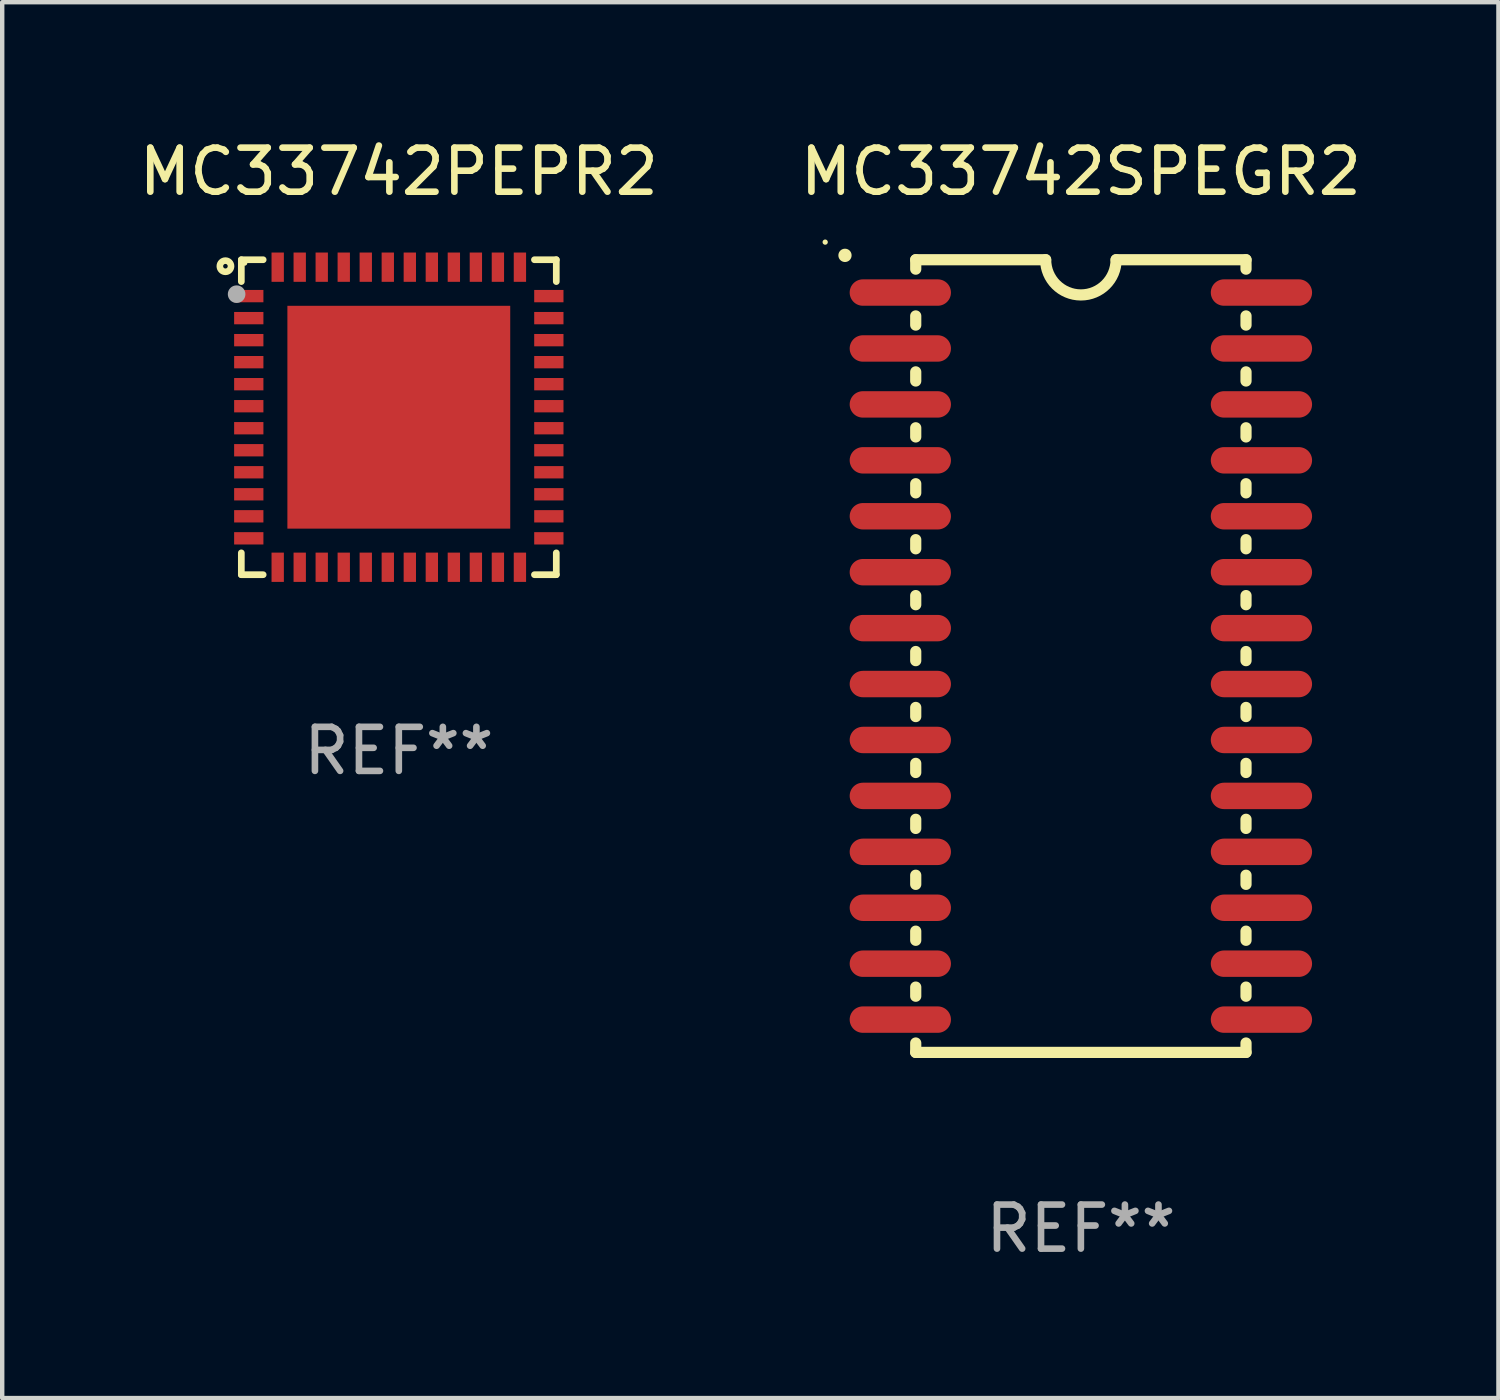
<source format=kicad_pcb>
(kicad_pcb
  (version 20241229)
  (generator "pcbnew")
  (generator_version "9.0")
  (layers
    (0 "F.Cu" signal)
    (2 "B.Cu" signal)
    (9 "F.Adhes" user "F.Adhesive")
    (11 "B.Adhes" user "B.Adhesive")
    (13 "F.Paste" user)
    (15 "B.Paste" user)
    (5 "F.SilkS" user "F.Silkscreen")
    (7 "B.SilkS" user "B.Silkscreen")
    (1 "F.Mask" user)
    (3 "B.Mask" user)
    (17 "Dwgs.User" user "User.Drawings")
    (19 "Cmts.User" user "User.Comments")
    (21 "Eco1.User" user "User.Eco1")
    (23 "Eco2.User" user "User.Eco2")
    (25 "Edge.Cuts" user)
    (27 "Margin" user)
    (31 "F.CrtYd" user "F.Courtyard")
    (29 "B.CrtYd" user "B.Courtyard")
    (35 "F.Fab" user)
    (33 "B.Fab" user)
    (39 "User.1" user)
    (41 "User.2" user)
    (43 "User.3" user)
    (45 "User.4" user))
  (footprint "MC33742PEPR2"
    (layer "F.Cu")
    (at 6.006 6.424)
    (property "Reference" "MC33742PEPR2" (at 0 -5.576 0) (layer "F.SilkS") (effects (font (size 1 1) (thickness 0.15))))
    (attr through_hole)
    (fp_line (start -3.576 -3.576) (end -3.576 -3.08) (stroke (width 0.152) (type solid)) (layer "F.SilkS"))
    (fp_line (start -3.576 3.576) (end -3.576 3.08) (stroke (width 0.152) (type solid)) (layer "F.SilkS"))
    (fp_line (start -3.08 -3.576) (end -3.576 -3.576) (stroke (width 0.152) (type solid)) (layer "F.SilkS"))
    (fp_line (start -3.08 3.576) (end -3.576 3.576) (stroke (width 0.152) (type solid)) (layer "F.SilkS"))
    (fp_line (start 3.08 -3.576) (end 3.576 -3.576) (stroke (width 0.152) (type solid)) (layer "F.SilkS"))
    (fp_line (start 3.08 3.576) (end 3.576 3.576) (stroke (width 0.152) (type solid)) (layer "F.SilkS"))
    (fp_line (start 3.576 -3.576) (end 3.576 -3.08) (stroke (width 0.152) (type solid)) (layer "F.SilkS"))
    (fp_line (start 3.576 3.576) (end 3.576 3.08) (stroke (width 0.152) (type solid)) (layer "F.SilkS"))
    (fp_circle (center -3.937 -3.429) (end -3.81 -3.429) (stroke (width 0.15) (type solid)) (fill no) (layer "F.SilkS"))
    (fp_circle (center -3.5 -3.5) (end -3.47 -3.5) (stroke (width 0.06) (type solid)) (fill no) (layer "F.SilkS"))
    (fp_circle (center -3.683 -2.794) (end -3.583 -2.794) (stroke (width 0.2) (type solid)) (fill no) (layer "F.Fab"))
    (fp_text user "REF**" (at 0 7.576 0) (layer "F.Fab") (effects (font (size 1 1) (thickness 0.15))))
    (pad "1" smd rect (at -3.407 -2.75) (size 0.665 0.28) (layers "F.Cu" "F.Mask" "F.Paste"))
    (pad "2" smd rect (at -3.407 -2.25) (size 0.665 0.28) (layers "F.Cu" "F.Mask" "F.Paste"))
    (pad "3" smd rect (at -3.407 -1.75) (size 0.665 0.28) (layers "F.Cu" "F.Mask" "F.Paste"))
    (pad "4" smd rect (at -3.407 -1.25) (size 0.665 0.28) (layers "F.Cu" "F.Mask" "F.Paste"))
    (pad "5" smd rect (at -3.407 -0.75) (size 0.665 0.28) (layers "F.Cu" "F.Mask" "F.Paste"))
    (pad "6" smd rect (at -3.407 -0.25) (size 0.665 0.28) (layers "F.Cu" "F.Mask" "F.Paste"))
    (pad "7" smd rect (at -3.407 0.25) (size 0.665 0.28) (layers "F.Cu" "F.Mask" "F.Paste"))
    (pad "8" smd rect (at -3.407 0.75) (size 0.665 0.28) (layers "F.Cu" "F.Mask" "F.Paste"))
    (pad "9" smd rect (at -3.407 1.25) (size 0.665 0.28) (layers "F.Cu" "F.Mask" "F.Paste"))
    (pad "10" smd rect (at -3.407 1.75) (size 0.665 0.28) (layers "F.Cu" "F.Mask" "F.Paste"))
    (pad "11" smd rect (at -3.407 2.25) (size 0.665 0.28) (layers "F.Cu" "F.Mask" "F.Paste"))
    (pad "12" smd rect (at -3.407 2.75) (size 0.665 0.28) (layers "F.Cu" "F.Mask" "F.Paste"))
    (pad "13" smd rect (at -2.75 3.407) (size 0.28 0.665) (layers "F.Cu" "F.Mask" "F.Paste"))
    (pad "14" smd rect (at -2.25 3.407) (size 0.28 0.665) (layers "F.Cu" "F.Mask" "F.Paste"))
    (pad "15" smd rect (at -1.75 3.407) (size 0.28 0.665) (layers "F.Cu" "F.Mask" "F.Paste"))
    (pad "16" smd rect (at -1.25 3.407) (size 0.28 0.665) (layers "F.Cu" "F.Mask" "F.Paste"))
    (pad "17" smd rect (at -0.75 3.407) (size 0.28 0.665) (layers "F.Cu" "F.Mask" "F.Paste"))
    (pad "18" smd rect (at -0.25 3.407) (size 0.28 0.665) (layers "F.Cu" "F.Mask" "F.Paste"))
    (pad "19" smd rect (at 0.25 3.407) (size 0.28 0.665) (layers "F.Cu" "F.Mask" "F.Paste"))
    (pad "20" smd rect (at 0.75 3.407) (size 0.28 0.665) (layers "F.Cu" "F.Mask" "F.Paste"))
    (pad "21" smd rect (at 1.25 3.407) (size 0.28 0.665) (layers "F.Cu" "F.Mask" "F.Paste"))
    (pad "22" smd rect (at 1.75 3.407) (size 0.28 0.665) (layers "F.Cu" "F.Mask" "F.Paste"))
    (pad "23" smd rect (at 2.25 3.407) (size 0.28 0.665) (layers "F.Cu" "F.Mask" "F.Paste"))
    (pad "24" smd rect (at 2.75 3.407) (size 0.28 0.665) (layers "F.Cu" "F.Mask" "F.Paste"))
    (pad "25" smd rect (at 3.407 2.75) (size 0.665 0.28) (layers "F.Cu" "F.Mask" "F.Paste"))
    (pad "26" smd rect (at 3.407 2.25) (size 0.665 0.28) (layers "F.Cu" "F.Mask" "F.Paste"))
    (pad "27" smd rect (at 3.407 1.75) (size 0.665 0.28) (layers "F.Cu" "F.Mask" "F.Paste"))
    (pad "28" smd rect (at 3.407 1.25) (size 0.665 0.28) (layers "F.Cu" "F.Mask" "F.Paste"))
    (pad "29" smd rect (at 3.407 0.75) (size 0.665 0.28) (layers "F.Cu" "F.Mask" "F.Paste"))
    (pad "30" smd rect (at 3.407 0.25) (size 0.665 0.28) (layers "F.Cu" "F.Mask" "F.Paste"))
    (pad "31" smd rect (at 3.407 -0.25) (size 0.665 0.28) (layers "F.Cu" "F.Mask" "F.Paste"))
    (pad "32" smd rect (at 3.407 -0.75) (size 0.665 0.28) (layers "F.Cu" "F.Mask" "F.Paste"))
    (pad "33" smd rect (at 3.407 -1.25) (size 0.665 0.28) (layers "F.Cu" "F.Mask" "F.Paste"))
    (pad "34" smd rect (at 3.407 -1.75) (size 0.665 0.28) (layers "F.Cu" "F.Mask" "F.Paste"))
    (pad "35" smd rect (at 3.407 -2.25) (size 0.665 0.28) (layers "F.Cu" "F.Mask" "F.Paste"))
    (pad "36" smd rect (at 3.407 -2.75) (size 0.665 0.28) (layers "F.Cu" "F.Mask" "F.Paste"))
    (pad "37" smd rect (at 2.75 -3.407) (size 0.28 0.665) (layers "F.Cu" "F.Mask" "F.Paste"))
    (pad "38" smd rect (at 2.25 -3.407) (size 0.28 0.665) (layers "F.Cu" "F.Mask" "F.Paste"))
    (pad "39" smd rect (at 1.75 -3.407) (size 0.28 0.665) (layers "F.Cu" "F.Mask" "F.Paste"))
    (pad "40" smd rect (at 1.25 -3.407) (size 0.28 0.665) (layers "F.Cu" "F.Mask" "F.Paste"))
    (pad "41" smd rect (at 0.75 -3.407) (size 0.28 0.665) (layers "F.Cu" "F.Mask" "F.Paste"))
    (pad "42" smd rect (at 0.25 -3.407) (size 0.28 0.665) (layers "F.Cu" "F.Mask" "F.Paste"))
    (pad "43" smd rect (at -0.25 -3.407) (size 0.28 0.665) (layers "F.Cu" "F.Mask" "F.Paste"))
    (pad "44" smd rect (at -0.75 -3.407) (size 0.28 0.665) (layers "F.Cu" "F.Mask" "F.Paste"))
    (pad "45" smd rect (at -1.25 -3.407) (size 0.28 0.665) (layers "F.Cu" "F.Mask" "F.Paste"))
    (pad "46" smd rect (at -1.75 -3.407) (size 0.28 0.665) (layers "F.Cu" "F.Mask" "F.Paste"))
    (pad "47" smd rect (at -2.25 -3.407) (size 0.28 0.665) (layers "F.Cu" "F.Mask" "F.Paste"))
    (pad "48" smd rect (at -2.75 -3.407) (size 0.28 0.665) (layers "F.Cu" "F.Mask" "F.Paste"))
    (pad "49" smd rect (at 0 0) (size 5.06 5.06) (layers "F.Cu" "F.Mask" "F.Paste")))
  (footprint "MC33742SPEGR2"
    (layer "F.Cu")
    (at 21.494 11.848)
    (property "Reference" "MC33742SPEGR2" (at 0 -11 0) (layer "F.SilkS") (effects (font (size 1 1) (thickness 0.15))))
    (attr through_hole)
    (fp_line (start -3.75 -9) (end -3.75 -8.786) (stroke (width 0.254) (type solid)) (layer "F.SilkS"))
    (fp_line (start -3.75 -9) (end -0.8 -9) (stroke (width 0.254) (type solid)) (layer "F.SilkS"))
    (fp_line (start -3.75 -7.724) (end -3.75 -7.516) (stroke (width 0.254) (type solid)) (layer "F.SilkS"))
    (fp_line (start -3.75 -6.454) (end -3.75 -6.246) (stroke (width 0.254) (type solid)) (layer "F.SilkS"))
    (fp_line (start -3.75 -5.184) (end -3.75 -4.976) (stroke (width 0.254) (type solid)) (layer "F.SilkS"))
    (fp_line (start -3.75 -3.914) (end -3.75 -3.706) (stroke (width 0.254) (type solid)) (layer "F.SilkS"))
    (fp_line (start -3.75 -2.644) (end -3.75 -2.436) (stroke (width 0.254) (type solid)) (layer "F.SilkS"))
    (fp_line (start -3.75 -1.374) (end -3.75 -1.166) (stroke (width 0.254) (type solid)) (layer "F.SilkS"))
    (fp_line (start -3.75 -0.104) (end -3.75 0.104) (stroke (width 0.254) (type solid)) (layer "F.SilkS"))
    (fp_line (start -3.75 1.166) (end -3.75 1.374) (stroke (width 0.254) (type solid)) (layer "F.SilkS"))
    (fp_line (start -3.75 2.436) (end -3.75 2.644) (stroke (width 0.254) (type solid)) (layer "F.SilkS"))
    (fp_line (start -3.75 3.706) (end -3.75 3.914) (stroke (width 0.254) (type solid)) (layer "F.SilkS"))
    (fp_line (start -3.75 4.976) (end -3.75 5.184) (stroke (width 0.254) (type solid)) (layer "F.SilkS"))
    (fp_line (start -3.75 6.246) (end -3.75 6.454) (stroke (width 0.254) (type solid)) (layer "F.SilkS"))
    (fp_line (start -3.75 7.516) (end -3.75 7.724) (stroke (width 0.254) (type solid)) (layer "F.SilkS"))
    (fp_line (start -3.75 8.786) (end -3.75 9) (stroke (width 0.254) (type solid)) (layer "F.SilkS"))
    (fp_line (start 3.75 -9) (end 0.8 -9) (stroke (width 0.254) (type solid)) (layer "F.SilkS"))
    (fp_line (start 3.75 -9) (end 3.75 -8.786) (stroke (width 0.254) (type solid)) (layer "F.SilkS"))
    (fp_line (start 3.75 -7.724) (end 3.75 -7.516) (stroke (width 0.254) (type solid)) (layer "F.SilkS"))
    (fp_line (start 3.75 -6.454) (end 3.75 -6.246) (stroke (width 0.254) (type solid)) (layer "F.SilkS"))
    (fp_line (start 3.75 -5.184) (end 3.75 -4.976) (stroke (width 0.254) (type solid)) (layer "F.SilkS"))
    (fp_line (start 3.75 -3.914) (end 3.75 -3.706) (stroke (width 0.254) (type solid)) (layer "F.SilkS"))
    (fp_line (start 3.75 -2.644) (end 3.75 -2.436) (stroke (width 0.254) (type solid)) (layer "F.SilkS"))
    (fp_line (start 3.75 -1.374) (end 3.75 -1.166) (stroke (width 0.254) (type solid)) (layer "F.SilkS"))
    (fp_line (start 3.75 -0.104) (end 3.75 0.104) (stroke (width 0.254) (type solid)) (layer "F.SilkS"))
    (fp_line (start 3.75 1.166) (end 3.75 1.374) (stroke (width 0.254) (type solid)) (layer "F.SilkS"))
    (fp_line (start 3.75 2.436) (end 3.75 2.644) (stroke (width 0.254) (type solid)) (layer "F.SilkS"))
    (fp_line (start 3.75 3.706) (end 3.75 3.914) (stroke (width 0.254) (type solid)) (layer "F.SilkS"))
    (fp_line (start 3.75 4.976) (end 3.75 5.184) (stroke (width 0.254) (type solid)) (layer "F.SilkS"))
    (fp_line (start 3.75 6.246) (end 3.75 6.454) (stroke (width 0.254) (type solid)) (layer "F.SilkS"))
    (fp_line (start 3.75 7.516) (end 3.75 7.724) (stroke (width 0.254) (type solid)) (layer "F.SilkS"))
    (fp_line (start 3.75 8.786) (end 3.75 9) (stroke (width 0.254) (type solid)) (layer "F.SilkS"))
    (fp_line (start 3.75 9) (end -3.75 9) (stroke (width 0.254) (type solid)) (layer "F.SilkS"))
    (fp_arc (start -5.356414 -9.098298) (mid -5.356419 -9.099568) (end -5.356414 -9.100838) (stroke (width 0.3) (type solid)) (layer "F.SilkS"))
    (fp_arc (start 0.800076 -9.000025) (mid -0.000102 -8.201067) (end -0.799466 -9.000838) (stroke (width 0.254001) (type solid)) (layer "F.SilkS"))
    (fp_circle (center -5.806 -9.4) (end -5.776 -9.4) (stroke (width 0.06) (type solid)) (fill no) (layer "F.SilkS"))
    (fp_text user "REF**" (at 0 13 0) (layer "F.Fab") (effects (font (size 1 1) (thickness 0.15))))
    (pad "1" smd oval (at -4.1 -8.255 90) (size 0.6 2.3) (layers "F.Cu" "F.Mask" "F.Paste"))
    (pad "2" smd oval (at -4.1 -6.985 90) (size 0.6 2.3) (layers "F.Cu" "F.Mask" "F.Paste"))
    (pad "3" smd oval (at -4.1 -5.715 90) (size 0.6 2.3) (layers "F.Cu" "F.Mask" "F.Paste"))
    (pad "4" smd oval (at -4.1 -4.445 90) (size 0.6 2.3) (layers "F.Cu" "F.Mask" "F.Paste"))
    (pad "5" smd oval (at -4.1 -3.175 90) (size 0.6 2.3) (layers "F.Cu" "F.Mask" "F.Paste"))
    (pad "6" smd oval (at -4.1 -1.905 90) (size 0.6 2.3) (layers "F.Cu" "F.Mask" "F.Paste"))
    (pad "7" smd oval (at -4.1 -0.635 90) (size 0.6 2.3) (layers "F.Cu" "F.Mask" "F.Paste"))
    (pad "8" smd oval (at -4.1 0.635 90) (size 0.6 2.3) (layers "F.Cu" "F.Mask" "F.Paste"))
    (pad "9" smd oval (at -4.1 1.905 90) (size 0.6 2.3) (layers "F.Cu" "F.Mask" "F.Paste"))
    (pad "10" smd oval (at -4.1 3.175 90) (size 0.6 2.3) (layers "F.Cu" "F.Mask" "F.Paste"))
    (pad "11" smd oval (at -4.1 4.445 90) (size 0.6 2.3) (layers "F.Cu" "F.Mask" "F.Paste"))
    (pad "12" smd oval (at -4.1 5.715 90) (size 0.6 2.3) (layers "F.Cu" "F.Mask" "F.Paste"))
    (pad "13" smd oval (at -4.1 6.985 90) (size 0.6 2.3) (layers "F.Cu" "F.Mask" "F.Paste"))
    (pad "14" smd oval (at -4.1 8.255 90) (size 0.6 2.3) (layers "F.Cu" "F.Mask" "F.Paste"))
    (pad "15" smd oval (at 4.1 8.255 90) (size 0.6 2.3) (layers "F.Cu" "F.Mask" "F.Paste"))
    (pad "16" smd oval (at 4.1 6.985 90) (size 0.6 2.3) (layers "F.Cu" "F.Mask" "F.Paste"))
    (pad "17" smd oval (at 4.1 5.715 90) (size 0.6 2.3) (layers "F.Cu" "F.Mask" "F.Paste"))
    (pad "18" smd oval (at 4.1 4.445 90) (size 0.6 2.3) (layers "F.Cu" "F.Mask" "F.Paste"))
    (pad "19" smd oval (at 4.1 3.175 90) (size 0.6 2.3) (layers "F.Cu" "F.Mask" "F.Paste"))
    (pad "20" smd oval (at 4.1 1.905 90) (size 0.6 2.3) (layers "F.Cu" "F.Mask" "F.Paste"))
    (pad "21" smd oval (at 4.1 0.635 90) (size 0.6 2.3) (layers "F.Cu" "F.Mask" "F.Paste"))
    (pad "22" smd oval (at 4.1 -0.635 90) (size 0.6 2.3) (layers "F.Cu" "F.Mask" "F.Paste"))
    (pad "23" smd oval (at 4.1 -1.905 90) (size 0.6 2.3) (layers "F.Cu" "F.Mask" "F.Paste"))
    (pad "24" smd oval (at 4.1 -3.175 90) (size 0.6 2.3) (layers "F.Cu" "F.Mask" "F.Paste"))
    (pad "25" smd oval (at 4.1 -4.445 90) (size 0.6 2.3) (layers "F.Cu" "F.Mask" "F.Paste"))
    (pad "26" smd oval (at 4.1 -5.715 90) (size 0.6 2.3) (layers "F.Cu" "F.Mask" "F.Paste"))
    (pad "27" smd oval (at 4.1 -6.985 90) (size 0.6 2.3) (layers "F.Cu" "F.Mask" "F.Paste"))
    (pad "28" smd oval (at 4.1 -8.255 90) (size 0.6 2.3) (layers "F.Cu" "F.Mask" "F.Paste")))
  (gr_rect
    (start -3 -3)
    (end 30.976 28.697)
    (stroke (width 0.1) (type default))
    (fill no)
    (layer "Edge.Cuts")))
</source>
